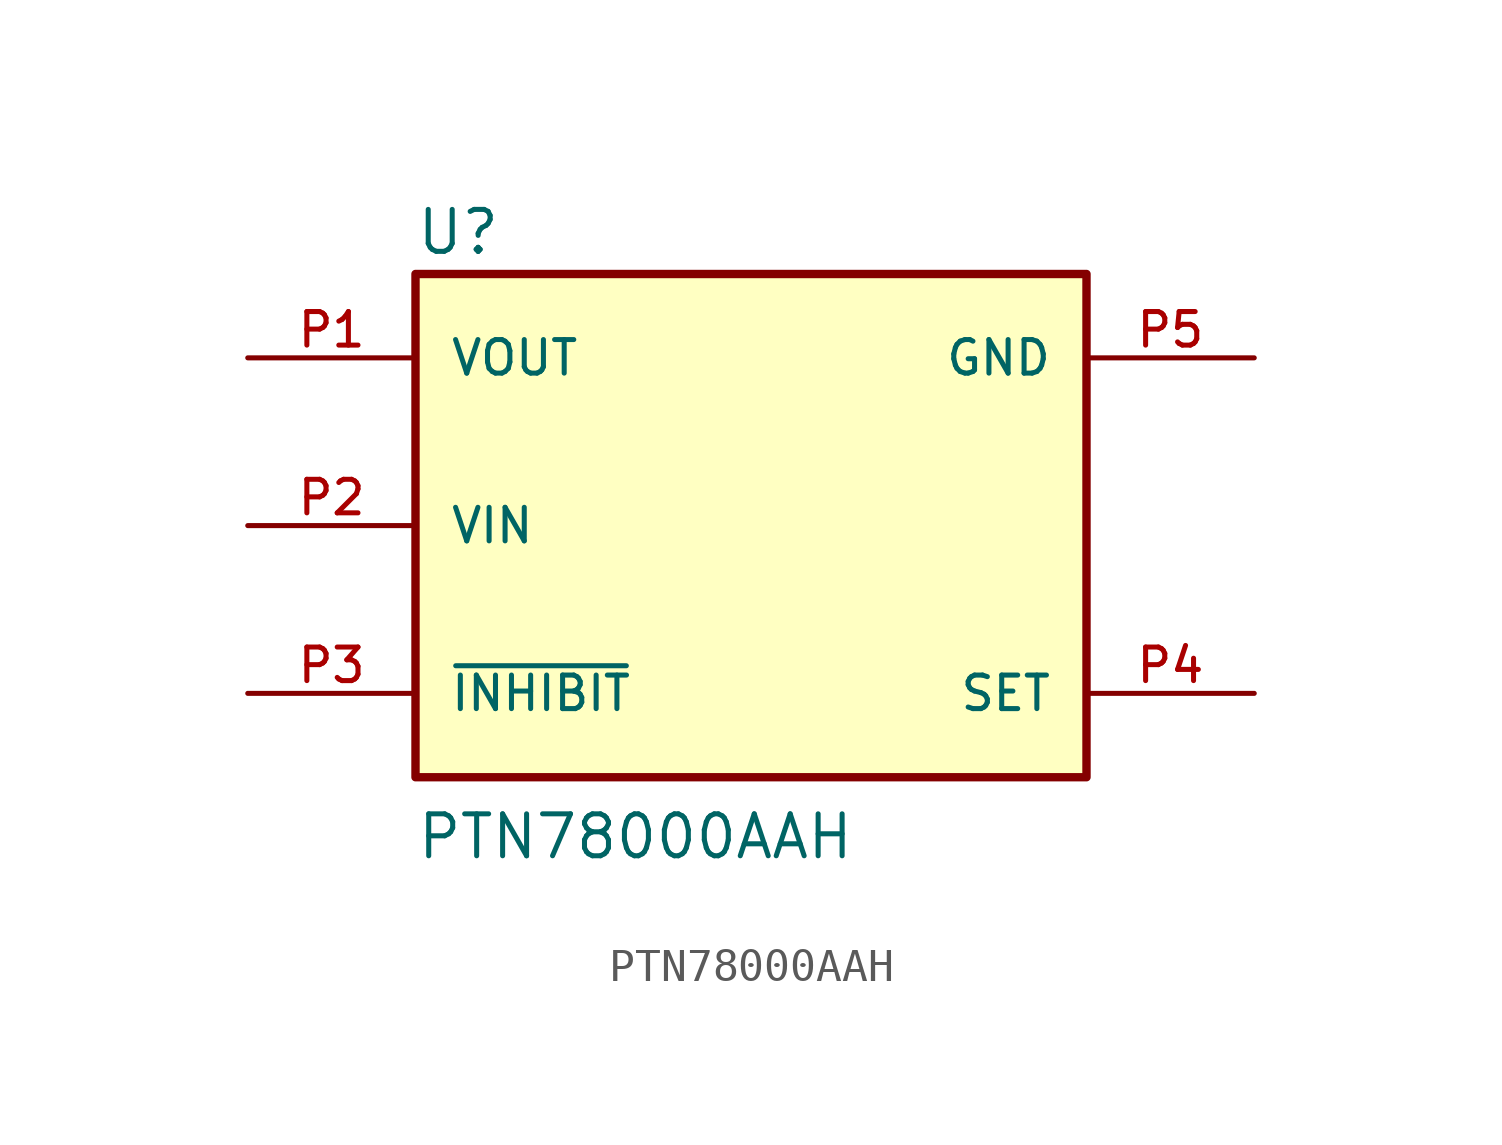
<source format=kicad_sym>
(kicad_symbol_lib
  (version 20211014)
  (generator kicad_symbol_editor)
  (symbol "PTN78000AAH"
    (pin_names
      (offset 1.016))
    (property "Reference" "U"
      (at -10.177 8.142 0)
      (effects (font (size 1.27 1.27)) (justify bottom left)))
    (property "Value" "PTN78000AAH"
      (at -10.162 -10.162 0)
      (effects (font (size 1.27 1.27)) (justify bottom left)))
    (symbol "PTN78000AAH_0_0"
      (rectangle (start -10.16 -7.62) (end 10.16 7.62) (stroke (width 0.254)) (fill (type background)))
      (pin power_in line (at -15.24 5.08 0) (length 5.08) (name "VOUT" (effects (font (size 1.016 1.016)))) (number "P1" (effects (font (size 1.016 1.016)))))
      (pin power_in line (at -15.24 0.0 0) (length 5.08) (name "VIN" (effects (font (size 1.016 1.016)))) (number "P2" (effects (font (size 1.016 1.016)))))
      (pin bidirectional line (at -15.24 -5.08 0) (length 5.08) (name "~{INHIBIT}" (effects (font (size 1.016 1.016)))) (number "P3" (effects (font (size 1.016 1.016)))))
      (pin bidirectional line (at 15.24 -5.08 180.0) (length 5.08) (name "SET" (effects (font (size 1.016 1.016)))) (number "P4" (effects (font (size 1.016 1.016)))))
      (pin power_in line (at 15.24 5.08 180.0) (length 5.08) (name "GND" (effects (font (size 1.016 1.016)))) (number "P5" (effects (font (size 1.016 1.016))))))))
</source>
